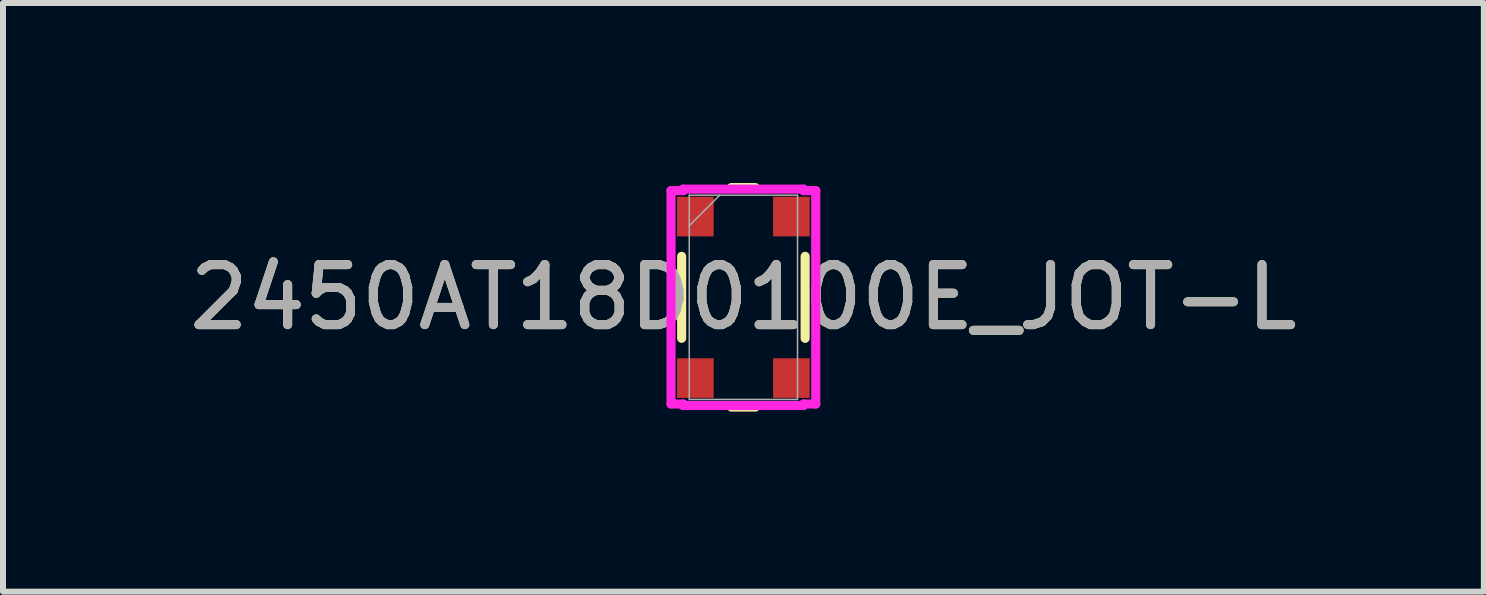
<source format=kicad_pcb>
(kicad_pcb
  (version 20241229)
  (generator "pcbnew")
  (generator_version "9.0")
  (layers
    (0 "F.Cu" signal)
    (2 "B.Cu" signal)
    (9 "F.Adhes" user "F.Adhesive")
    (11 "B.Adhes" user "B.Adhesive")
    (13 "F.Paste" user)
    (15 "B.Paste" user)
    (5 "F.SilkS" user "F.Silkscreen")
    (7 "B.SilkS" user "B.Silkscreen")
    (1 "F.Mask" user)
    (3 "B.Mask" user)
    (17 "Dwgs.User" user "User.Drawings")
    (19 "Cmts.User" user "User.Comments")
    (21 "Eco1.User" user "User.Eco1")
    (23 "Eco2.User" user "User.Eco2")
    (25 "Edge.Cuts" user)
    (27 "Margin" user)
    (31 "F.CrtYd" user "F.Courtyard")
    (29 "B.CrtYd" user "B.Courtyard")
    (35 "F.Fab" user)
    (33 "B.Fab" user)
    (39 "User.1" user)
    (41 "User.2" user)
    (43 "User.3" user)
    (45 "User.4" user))
  (footprint "2450AT18D0100E_JOT-L"
    (layer "F.Cu")
    (at 9.339 1.905)
    (property "Reference" "2450AT18D0100E_JOT-L" (at 0 0 0) (unlocked yes) (layer "F.SilkS") (effects (font (size 1 1) (thickness 0.15))))
    (attr smd)
    (fp_line (start -1.029 -0.683) (end -1.029 0.683) (stroke (width 0.152) (type solid)) (layer "F.SilkS"))
    (fp_line (start -0.2 1.829) (end 0.2 1.829) (stroke (width 0.152) (type solid)) (layer "F.SilkS"))
    (fp_line (start 0.2 -1.829) (end -0.2 -1.829) (stroke (width 0.152) (type solid)) (layer "F.SilkS"))
    (fp_line (start 1.029 0.683) (end 1.029 -0.683) (stroke (width 0.152) (type solid)) (layer "F.SilkS"))
    (fp_line (start -1.206 -1.778) (end -1.003 -1.778) (stroke (width 0.152) (type solid)) (layer "F.CrtYd"))
    (fp_line (start -1.206 1.778) (end -1.206 -1.778) (stroke (width 0.152) (type solid)) (layer "F.CrtYd"))
    (fp_line (start -1.206 1.778) (end -1.003 1.778) (stroke (width 0.152) (type solid)) (layer "F.CrtYd"))
    (fp_line (start -1.003 -1.803) (end 1.003 -1.803) (stroke (width 0.152) (type solid)) (layer "F.CrtYd"))
    (fp_line (start -1.003 -1.778) (end -1.003 -1.803) (stroke (width 0.152) (type solid)) (layer "F.CrtYd"))
    (fp_line (start -1.003 1.803) (end -1.003 1.778) (stroke (width 0.152) (type solid)) (layer "F.CrtYd"))
    (fp_line (start 1.003 -1.803) (end 1.003 -1.778) (stroke (width 0.152) (type solid)) (layer "F.CrtYd"))
    (fp_line (start 1.003 1.778) (end 1.003 1.803) (stroke (width 0.152) (type solid)) (layer "F.CrtYd"))
    (fp_line (start 1.003 1.803) (end -1.003 1.803) (stroke (width 0.152) (type solid)) (layer "F.CrtYd"))
    (fp_line (start 1.206 -1.778) (end 1.003 -1.778) (stroke (width 0.152) (type solid)) (layer "F.CrtYd"))
    (fp_line (start 1.206 -1.778) (end 1.206 1.778) (stroke (width 0.152) (type solid)) (layer "F.CrtYd"))
    (fp_line (start 1.206 1.778) (end 1.003 1.778) (stroke (width 0.152) (type solid)) (layer "F.CrtYd"))
    (fp_line (start -0.902 -1.702) (end -0.902 1.702) (stroke (width 0.025) (type solid)) (layer "F.Fab"))
    (fp_line (start -0.902 1.702) (end 0.902 1.702) (stroke (width 0.025) (type solid)) (layer "F.Fab"))
    (fp_line (start -0.394 -1.702) (end -0.902 -1.194) (stroke (width 0.025) (type solid)) (layer "F.Fab"))
    (fp_line (start 0.902 -1.702) (end -0.902 -1.702) (stroke (width 0.025) (type solid)) (layer "F.Fab"))
    (fp_line (start 0.902 1.702) (end 0.902 -1.702) (stroke (width 0.025) (type solid)) (layer "F.Fab"))
    (fp_text user "${REFERENCE}" (at 0 0 0) (unlocked yes) (layer "F.Fab") (effects (font (size 1 1) (thickness 0.15))))
    (pad "1" smd rect (at -0.8 -1.346) (size 0.61 0.66) (layers "F.Cu" "F.Mask" "F.Paste"))
    (pad "2" smd rect (at -0.8 1.346) (size 0.61 0.66) (layers "F.Cu" "F.Mask" "F.Paste"))
    (pad "3" smd rect (at 0.8 1.346) (size 0.61 0.66) (layers "F.Cu" "F.Mask" "F.Paste"))
    (pad "4" smd rect (at 0.8 -1.346) (size 0.61 0.66) (layers "F.Cu" "F.Mask" "F.Paste")))
  (gr_rect
    (start -3 -3)
    (end 21.679 6.81)
    (stroke (width 0.1) (type default))
    (fill no)
    (layer "Edge.Cuts")))
</source>
